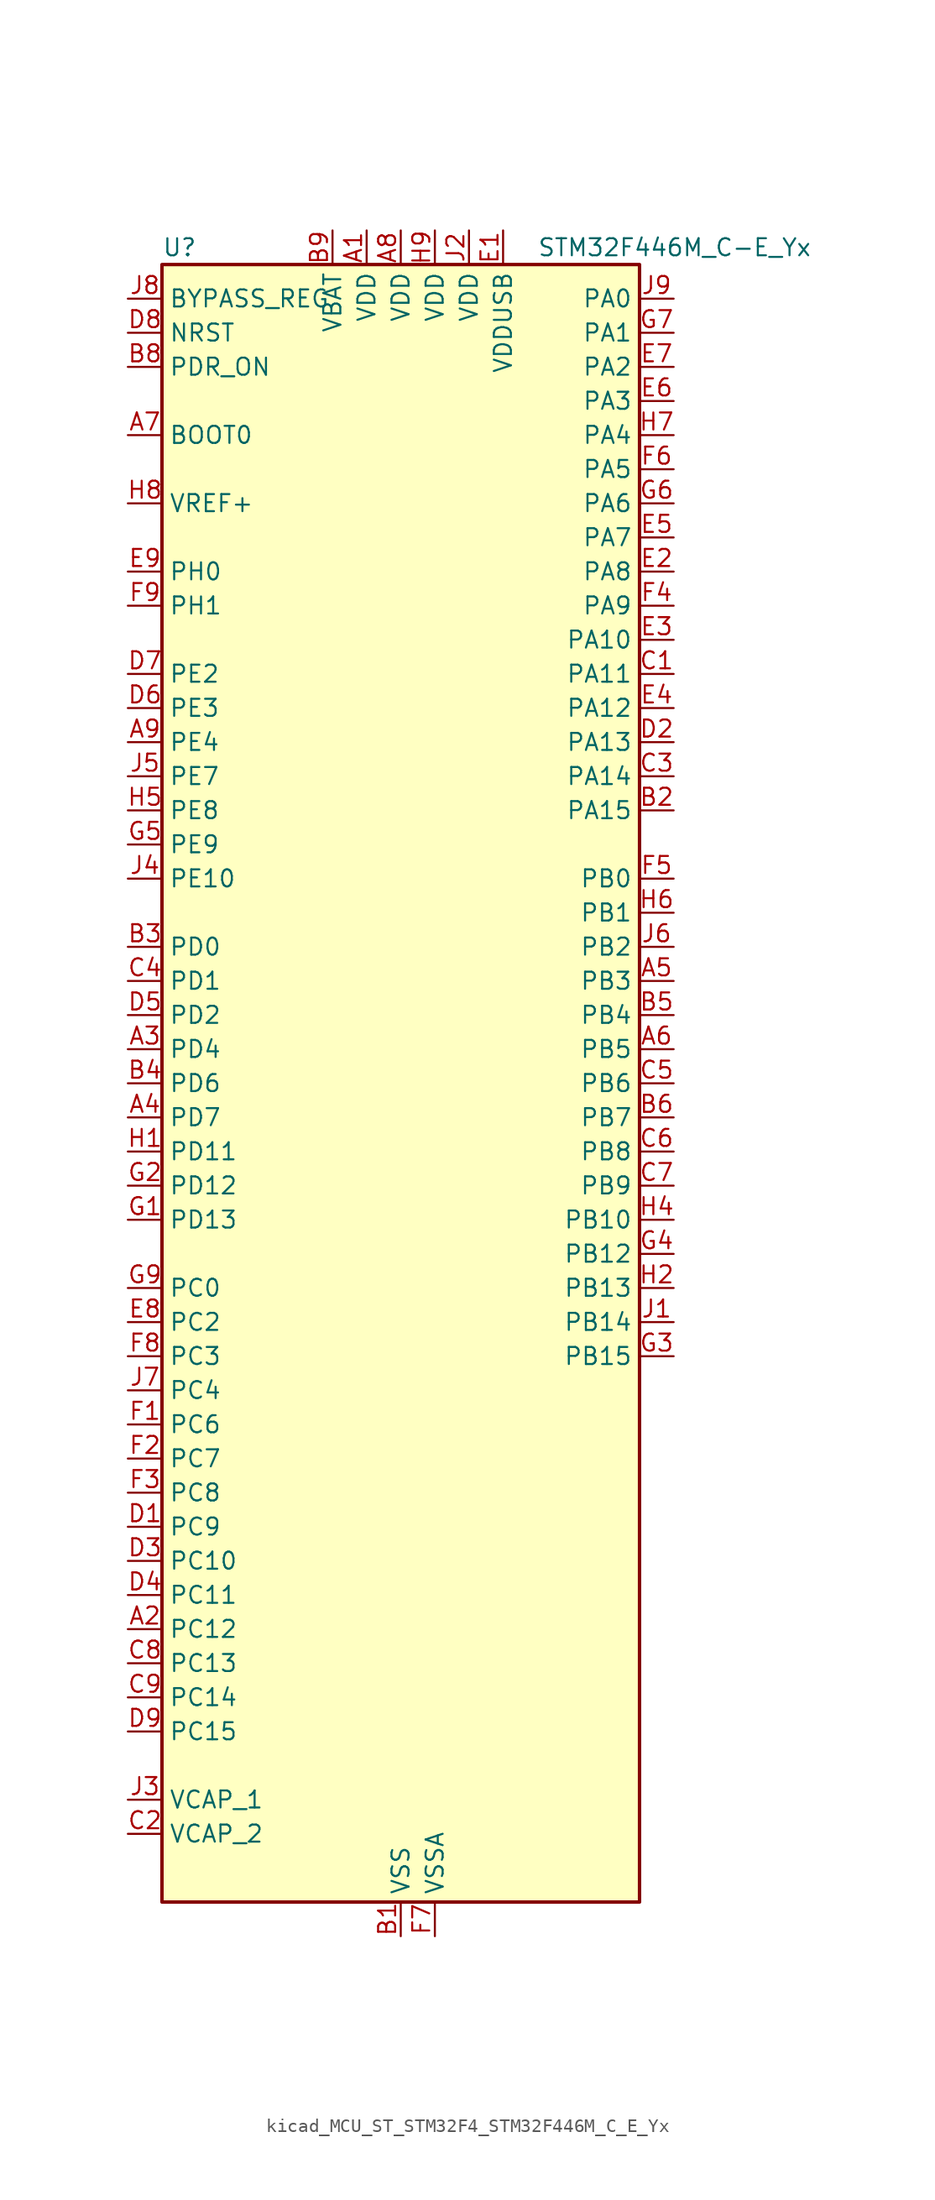
<source format=kicad_sym>
(kicad_symbol_lib
  (version 20220914)
  (generator kicad_symbol_editor)
  (symbol "kicad_MCU_ST_STM32F4_STM32F446M_C_E_Yx"
    (property "Reference" "U"
      (at -17.78 62.23 0)
      (effects (font (size 1.27 1.27)) (justify left)))
    (property "Value" "STM32F446M_C-E_Yx"
      (at 10.16 62.23 0)
      (effects (font (size 1.27 1.27)) (justify left)))
    (property "ki_locked" ""
      (at 0 0 0)
      (effects (font (size 1.27 1.27))))
    (symbol "kicad_MCU_ST_STM32F4_STM32F446M_C_E_Yx_0_1"
      (rectangle (start -17.78 -60.96) (end 17.78 60.96) (stroke (width 0.254) (type default)) (fill (type background))))
    (symbol "kicad_MCU_ST_STM32F4_STM32F446M_C_E_Yx_1_1"
      (pin power_in line (at -2.54 63.5 270) (length 2.54) (name "VDD" (effects (font (size 1.27 1.27)))) (number "A1" (effects (font (size 1.27 1.27)))))
      (pin bidirectional line (at -20.32 -40.64 0) (length 2.54) (name "PC12" (effects (font (size 1.27 1.27)))) (number "A2" (effects (font (size 1.27 1.27)))) (alternate "DCMI_D9" bidirectional line) (alternate "I2C2_SDA" bidirectional line) (alternate "I2S3_SD" bidirectional line) (alternate "SDIO_CK" bidirectional line) (alternate "SPI3_MOSI" bidirectional line) (alternate "UART5_TX" bidirectional line) (alternate "USART3_CK" bidirectional line))
      (pin bidirectional line (at -20.32 2.54 0) (length 2.54) (name "PD4" (effects (font (size 1.27 1.27)))) (number "A3" (effects (font (size 1.27 1.27)))) (alternate "USART2_RTS" bidirectional line))
      (pin bidirectional line (at -20.32 -2.54 0) (length 2.54) (name "PD7" (effects (font (size 1.27 1.27)))) (number "A4" (effects (font (size 1.27 1.27)))) (alternate "SPDIFRX_IN0" bidirectional line) (alternate "USART2_CK" bidirectional line))
      (pin bidirectional line (at 20.32 7.62 180) (length 2.54) (name "PB3" (effects (font (size 1.27 1.27)))) (number "A5" (effects (font (size 1.27 1.27)))) (alternate "I2C2_SDA" bidirectional line) (alternate "I2S1_CK" bidirectional line) (alternate "I2S3_CK" bidirectional line) (alternate "SPI1_SCK" bidirectional line) (alternate "SPI3_SCK" bidirectional line) (alternate "SYS_JTDO-SWO" bidirectional line) (alternate "TIM2_CH2" bidirectional line))
      (pin bidirectional line (at 20.32 2.54 180) (length 2.54) (name "PB5" (effects (font (size 1.27 1.27)))) (number "A6" (effects (font (size 1.27 1.27)))) (alternate "CAN2_RX" bidirectional line) (alternate "DCMI_D10" bidirectional line) (alternate "I2C1_SMBA" bidirectional line) (alternate "I2S1_SD" bidirectional line) (alternate "I2S3_SD" bidirectional line) (alternate "SPI1_MOSI" bidirectional line) (alternate "SPI3_MOSI" bidirectional line) (alternate "TIM3_CH2" bidirectional line) (alternate "USB_OTG_HS_ULPI_D7" bidirectional line))
      (pin input line (at -20.32 48.26 0) (length 2.54) (name "BOOT0" (effects (font (size 1.27 1.27)))) (number "A7" (effects (font (size 1.27 1.27)))))
      (pin power_in line (at 0 63.5 270) (length 2.54) (name "VDD" (effects (font (size 1.27 1.27)))) (number "A8" (effects (font (size 1.27 1.27)))))
      (pin bidirectional line (at -20.32 25.4 0) (length 2.54) (name "PE4" (effects (font (size 1.27 1.27)))) (number "A9" (effects (font (size 1.27 1.27)))) (alternate "DCMI_D4" bidirectional line) (alternate "SAI1_FS_A" bidirectional line) (alternate "SPI4_NSS" bidirectional line) (alternate "SYS_TRACED1" bidirectional line))
      (pin power_in line (at 0 -63.5 90) (length 2.54) (name "VSS" (effects (font (size 1.27 1.27)))) (number "B1" (effects (font (size 1.27 1.27)))))
      (pin bidirectional line (at 20.32 20.32 180) (length 2.54) (name "PA15" (effects (font (size 1.27 1.27)))) (number "B2" (effects (font (size 1.27 1.27)))) (alternate "ADC1_EXTI15" bidirectional line) (alternate "ADC2_EXTI15" bidirectional line) (alternate "ADC3_EXTI15" bidirectional line) (alternate "CEC" bidirectional line) (alternate "I2S1_WS" bidirectional line) (alternate "I2S3_WS" bidirectional line) (alternate "SPI1_NSS" bidirectional line) (alternate "SPI3_NSS" bidirectional line) (alternate "SYS_JTDI" bidirectional line) (alternate "TIM2_CH1" bidirectional line) (alternate "TIM2_ETR" bidirectional line) (alternate "UART4_RTS" bidirectional line))
      (pin bidirectional line (at -20.32 10.16 0) (length 2.54) (name "PD0" (effects (font (size 1.27 1.27)))) (number "B3" (effects (font (size 1.27 1.27)))) (alternate "CAN1_RX" bidirectional line) (alternate "I2S3_SD" bidirectional line) (alternate "SPI3_MOSI" bidirectional line) (alternate "SPI4_MISO" bidirectional line))
      (pin bidirectional line (at -20.32 0 0) (length 2.54) (name "PD6" (effects (font (size 1.27 1.27)))) (number "B4" (effects (font (size 1.27 1.27)))) (alternate "DCMI_D10" bidirectional line) (alternate "I2S3_SD" bidirectional line) (alternate "SAI1_SD_A" bidirectional line) (alternate "SPI3_MOSI" bidirectional line) (alternate "USART2_RX" bidirectional line))
      (pin bidirectional line (at 20.32 5.08 180) (length 2.54) (name "PB4" (effects (font (size 1.27 1.27)))) (number "B5" (effects (font (size 1.27 1.27)))) (alternate "I2C3_SDA" bidirectional line) (alternate "I2S2_WS" bidirectional line) (alternate "SPI1_MISO" bidirectional line) (alternate "SPI2_NSS" bidirectional line) (alternate "SPI3_MISO" bidirectional line) (alternate "SYS_JTRST" bidirectional line) (alternate "TIM3_CH1" bidirectional line))
      (pin bidirectional line (at 20.32 -2.54 180) (length 2.54) (name "PB7" (effects (font (size 1.27 1.27)))) (number "B6" (effects (font (size 1.27 1.27)))) (alternate "DCMI_VSYNC" bidirectional line) (alternate "I2C1_SDA" bidirectional line) (alternate "SPDIFRX_IN0" bidirectional line) (alternate "TIM4_CH2" bidirectional line) (alternate "USART1_RX" bidirectional line))
      (pin passive line (at 0 -63.5 90) (length 2.54) hide (name "VSS" (effects (font (size 1.27 1.27)))) (number "B7" (effects (font (size 1.27 1.27)))))
      (pin input line (at -20.32 53.34 0) (length 2.54) (name "PDR_ON" (effects (font (size 1.27 1.27)))) (number "B8" (effects (font (size 1.27 1.27)))))
      (pin power_in line (at -5.08 63.5 270) (length 2.54) (name "VBAT" (effects (font (size 1.27 1.27)))) (number "B9" (effects (font (size 1.27 1.27)))))
      (pin bidirectional line (at 20.32 30.48 180) (length 2.54) (name "PA11" (effects (font (size 1.27 1.27)))) (number "C1" (effects (font (size 1.27 1.27)))) (alternate "ADC1_EXTI11" bidirectional line) (alternate "ADC2_EXTI11" bidirectional line) (alternate "ADC3_EXTI11" bidirectional line) (alternate "CAN1_RX" bidirectional line) (alternate "TIM1_CH4" bidirectional line) (alternate "USART1_CTS" bidirectional line) (alternate "USB_OTG_FS_DM" bidirectional line))
      (pin power_out line (at -20.32 -55.88 0) (length 2.54) (name "VCAP_2" (effects (font (size 1.27 1.27)))) (number "C2" (effects (font (size 1.27 1.27)))))
      (pin bidirectional line (at 20.32 22.86 180) (length 2.54) (name "PA14" (effects (font (size 1.27 1.27)))) (number "C3" (effects (font (size 1.27 1.27)))) (alternate "SYS_JTCK-SWCLK" bidirectional line))
      (pin bidirectional line (at -20.32 7.62 0) (length 2.54) (name "PD1" (effects (font (size 1.27 1.27)))) (number "C4" (effects (font (size 1.27 1.27)))) (alternate "CAN1_TX" bidirectional line) (alternate "I2S2_WS" bidirectional line) (alternate "SPI2_NSS" bidirectional line))
      (pin bidirectional line (at 20.32 0 180) (length 2.54) (name "PB6" (effects (font (size 1.27 1.27)))) (number "C5" (effects (font (size 1.27 1.27)))) (alternate "CAN2_TX" bidirectional line) (alternate "CEC" bidirectional line) (alternate "DCMI_D5" bidirectional line) (alternate "I2C1_SCL" bidirectional line) (alternate "QUADSPI_BK1_NCS" bidirectional line) (alternate "TIM4_CH1" bidirectional line) (alternate "USART1_TX" bidirectional line))
      (pin bidirectional line (at 20.32 -5.08 180) (length 2.54) (name "PB8" (effects (font (size 1.27 1.27)))) (number "C6" (effects (font (size 1.27 1.27)))) (alternate "CAN1_RX" bidirectional line) (alternate "DCMI_D6" bidirectional line) (alternate "I2C1_SCL" bidirectional line) (alternate "SDIO_D4" bidirectional line) (alternate "TIM10_CH1" bidirectional line) (alternate "TIM2_CH1" bidirectional line) (alternate "TIM2_ETR" bidirectional line) (alternate "TIM4_CH3" bidirectional line))
      (pin bidirectional line (at 20.32 -7.62 180) (length 2.54) (name "PB9" (effects (font (size 1.27 1.27)))) (number "C7" (effects (font (size 1.27 1.27)))) (alternate "CAN1_TX" bidirectional line) (alternate "DAC_EXTI9" bidirectional line) (alternate "DCMI_D7" bidirectional line) (alternate "I2C1_SDA" bidirectional line) (alternate "I2S2_WS" bidirectional line) (alternate "SAI1_FS_B" bidirectional line) (alternate "SDIO_D5" bidirectional line) (alternate "SPI2_NSS" bidirectional line) (alternate "TIM11_CH1" bidirectional line) (alternate "TIM2_CH2" bidirectional line) (alternate "TIM4_CH4" bidirectional line))
      (pin bidirectional line (at -20.32 -43.18 0) (length 2.54) (name "PC13" (effects (font (size 1.27 1.27)))) (number "C8" (effects (font (size 1.27 1.27)))) (alternate "RTC_AF1" bidirectional line) (alternate "SYS_WKUP1" bidirectional line))
      (pin bidirectional line (at -20.32 -45.72 0) (length 2.54) (name "PC14" (effects (font (size 1.27 1.27)))) (number "C9" (effects (font (size 1.27 1.27)))) (alternate "RCC_OSC32_IN" bidirectional line))
      (pin bidirectional line (at -20.32 -33.02 0) (length 2.54) (name "PC9" (effects (font (size 1.27 1.27)))) (number "D1" (effects (font (size 1.27 1.27)))) (alternate "DAC_EXTI9" bidirectional line) (alternate "DCMI_D3" bidirectional line) (alternate "I2C3_SDA" bidirectional line) (alternate "I2S_CKIN" bidirectional line) (alternate "QUADSPI_BK1_IO0" bidirectional line) (alternate "RCC_MCO_2" bidirectional line) (alternate "SDIO_D1" bidirectional line) (alternate "TIM3_CH4" bidirectional line) (alternate "TIM8_CH4" bidirectional line) (alternate "UART5_CTS" bidirectional line))
      (pin bidirectional line (at 20.32 25.4 180) (length 2.54) (name "PA13" (effects (font (size 1.27 1.27)))) (number "D2" (effects (font (size 1.27 1.27)))) (alternate "SYS_JTMS-SWDIO" bidirectional line))
      (pin bidirectional line (at -20.32 -35.56 0) (length 2.54) (name "PC10" (effects (font (size 1.27 1.27)))) (number "D3" (effects (font (size 1.27 1.27)))) (alternate "DCMI_D8" bidirectional line) (alternate "I2S3_CK" bidirectional line) (alternate "QUADSPI_BK1_IO1" bidirectional line) (alternate "SDIO_D2" bidirectional line) (alternate "SPI3_SCK" bidirectional line) (alternate "UART4_TX" bidirectional line) (alternate "USART3_TX" bidirectional line))
      (pin bidirectional line (at -20.32 -38.1 0) (length 2.54) (name "PC11" (effects (font (size 1.27 1.27)))) (number "D4" (effects (font (size 1.27 1.27)))) (alternate "ADC1_EXTI11" bidirectional line) (alternate "ADC2_EXTI11" bidirectional line) (alternate "ADC3_EXTI11" bidirectional line) (alternate "DCMI_D4" bidirectional line) (alternate "QUADSPI_BK2_NCS" bidirectional line) (alternate "SDIO_D3" bidirectional line) (alternate "SPI3_MISO" bidirectional line) (alternate "UART4_RX" bidirectional line) (alternate "USART3_RX" bidirectional line))
      (pin bidirectional line (at -20.32 5.08 0) (length 2.54) (name "PD2" (effects (font (size 1.27 1.27)))) (number "D5" (effects (font (size 1.27 1.27)))) (alternate "DCMI_D11" bidirectional line) (alternate "SDIO_CMD" bidirectional line) (alternate "TIM3_ETR" bidirectional line) (alternate "UART5_RX" bidirectional line))
      (pin bidirectional line (at -20.32 27.94 0) (length 2.54) (name "PE3" (effects (font (size 1.27 1.27)))) (number "D6" (effects (font (size 1.27 1.27)))) (alternate "SAI1_SD_B" bidirectional line) (alternate "SYS_TRACED0" bidirectional line))
      (pin bidirectional line (at -20.32 30.48 0) (length 2.54) (name "PE2" (effects (font (size 1.27 1.27)))) (number "D7" (effects (font (size 1.27 1.27)))) (alternate "QUADSPI_BK1_IO2" bidirectional line) (alternate "SAI1_MCLK_A" bidirectional line) (alternate "SPI4_SCK" bidirectional line) (alternate "SYS_TRACECLK" bidirectional line))
      (pin input line (at -20.32 55.88 0) (length 2.54) (name "NRST" (effects (font (size 1.27 1.27)))) (number "D8" (effects (font (size 1.27 1.27)))))
      (pin bidirectional line (at -20.32 -48.26 0) (length 2.54) (name "PC15" (effects (font (size 1.27 1.27)))) (number "D9" (effects (font (size 1.27 1.27)))) (alternate "ADC1_EXTI15" bidirectional line) (alternate "ADC2_EXTI15" bidirectional line) (alternate "ADC3_EXTI15" bidirectional line) (alternate "RCC_OSC32_OUT" bidirectional line))
      (pin power_in line (at 7.62 63.5 270) (length 2.54) (name "VDDUSB" (effects (font (size 1.27 1.27)))) (number "E1" (effects (font (size 1.27 1.27)))))
      (pin bidirectional line (at 20.32 38.1 180) (length 2.54) (name "PA8" (effects (font (size 1.27 1.27)))) (number "E2" (effects (font (size 1.27 1.27)))) (alternate "I2C3_SCL" bidirectional line) (alternate "RCC_MCO_1" bidirectional line) (alternate "TIM1_CH1" bidirectional line) (alternate "USART1_CK" bidirectional line) (alternate "USB_OTG_FS_SOF" bidirectional line))
      (pin bidirectional line (at 20.32 33.02 180) (length 2.54) (name "PA10" (effects (font (size 1.27 1.27)))) (number "E3" (effects (font (size 1.27 1.27)))) (alternate "DCMI_D1" bidirectional line) (alternate "TIM1_CH3" bidirectional line) (alternate "USART1_RX" bidirectional line) (alternate "USB_OTG_FS_ID" bidirectional line))
      (pin bidirectional line (at 20.32 27.94 180) (length 2.54) (name "PA12" (effects (font (size 1.27 1.27)))) (number "E4" (effects (font (size 1.27 1.27)))) (alternate "CAN1_TX" bidirectional line) (alternate "SAI2_FS_B" bidirectional line) (alternate "TIM1_ETR" bidirectional line) (alternate "USART1_RTS" bidirectional line) (alternate "USB_OTG_FS_DP" bidirectional line))
      (pin bidirectional line (at 20.32 40.64 180) (length 2.54) (name "PA7" (effects (font (size 1.27 1.27)))) (number "E5" (effects (font (size 1.27 1.27)))) (alternate "ADC1_IN7" bidirectional line) (alternate "ADC2_IN7" bidirectional line) (alternate "I2S1_SD" bidirectional line) (alternate "SPI1_MOSI" bidirectional line) (alternate "TIM14_CH1" bidirectional line) (alternate "TIM1_CH1N" bidirectional line) (alternate "TIM3_CH2" bidirectional line) (alternate "TIM8_CH1N" bidirectional line))
      (pin bidirectional line (at 20.32 50.8 180) (length 2.54) (name "PA3" (effects (font (size 1.27 1.27)))) (number "E6" (effects (font (size 1.27 1.27)))) (alternate "ADC1_IN3" bidirectional line) (alternate "ADC2_IN3" bidirectional line) (alternate "ADC3_IN3" bidirectional line) (alternate "SAI1_FS_A" bidirectional line) (alternate "TIM2_CH4" bidirectional line) (alternate "TIM5_CH4" bidirectional line) (alternate "TIM9_CH2" bidirectional line) (alternate "USART2_RX" bidirectional line) (alternate "USB_OTG_HS_ULPI_D0" bidirectional line))
      (pin bidirectional line (at 20.32 53.34 180) (length 2.54) (name "PA2" (effects (font (size 1.27 1.27)))) (number "E7" (effects (font (size 1.27 1.27)))) (alternate "ADC1_IN2" bidirectional line) (alternate "ADC2_IN2" bidirectional line) (alternate "ADC3_IN2" bidirectional line) (alternate "SAI2_SCK_B" bidirectional line) (alternate "TIM2_CH3" bidirectional line) (alternate "TIM5_CH3" bidirectional line) (alternate "TIM9_CH1" bidirectional line) (alternate "USART2_TX" bidirectional line))
      (pin bidirectional line (at -20.32 -17.78 0) (length 2.54) (name "PC2" (effects (font (size 1.27 1.27)))) (number "E8" (effects (font (size 1.27 1.27)))) (alternate "ADC1_IN12" bidirectional line) (alternate "ADC2_IN12" bidirectional line) (alternate "ADC3_IN12" bidirectional line) (alternate "SPI2_MISO" bidirectional line) (alternate "USB_OTG_HS_ULPI_DIR" bidirectional line))
      (pin bidirectional line (at -20.32 38.1 0) (length 2.54) (name "PH0" (effects (font (size 1.27 1.27)))) (number "E9" (effects (font (size 1.27 1.27)))) (alternate "RCC_OSC_IN" bidirectional line))
      (pin bidirectional line (at -20.32 -25.4 0) (length 2.54) (name "PC6" (effects (font (size 1.27 1.27)))) (number "F1" (effects (font (size 1.27 1.27)))) (alternate "DCMI_D0" bidirectional line) (alternate "FMPI2C1_SCL" bidirectional line) (alternate "I2S2_MCK" bidirectional line) (alternate "SDIO_D6" bidirectional line) (alternate "TIM3_CH1" bidirectional line) (alternate "TIM8_CH1" bidirectional line) (alternate "USART6_TX" bidirectional line))
      (pin bidirectional line (at -20.32 -27.94 0) (length 2.54) (name "PC7" (effects (font (size 1.27 1.27)))) (number "F2" (effects (font (size 1.27 1.27)))) (alternate "DCMI_D1" bidirectional line) (alternate "FMPI2C1_SDA" bidirectional line) (alternate "I2S2_CK" bidirectional line) (alternate "I2S3_MCK" bidirectional line) (alternate "SDIO_D7" bidirectional line) (alternate "SPDIFRX_IN1" bidirectional line) (alternate "SPI2_SCK" bidirectional line) (alternate "TIM3_CH2" bidirectional line) (alternate "TIM8_CH2" bidirectional line) (alternate "USART6_RX" bidirectional line))
      (pin bidirectional line (at -20.32 -30.48 0) (length 2.54) (name "PC8" (effects (font (size 1.27 1.27)))) (number "F3" (effects (font (size 1.27 1.27)))) (alternate "DCMI_D2" bidirectional line) (alternate "SDIO_D0" bidirectional line) (alternate "SYS_TRACED0" bidirectional line) (alternate "TIM3_CH3" bidirectional line) (alternate "TIM8_CH3" bidirectional line) (alternate "UART5_RTS" bidirectional line) (alternate "USART6_CK" bidirectional line))
      (pin bidirectional line (at 20.32 35.56 180) (length 2.54) (name "PA9" (effects (font (size 1.27 1.27)))) (number "F4" (effects (font (size 1.27 1.27)))) (alternate "DAC_EXTI9" bidirectional line) (alternate "DCMI_D0" bidirectional line) (alternate "I2C3_SMBA" bidirectional line) (alternate "I2S2_CK" bidirectional line) (alternate "SAI1_SD_B" bidirectional line) (alternate "SPI2_SCK" bidirectional line) (alternate "TIM1_CH2" bidirectional line) (alternate "USART1_TX" bidirectional line) (alternate "USB_OTG_FS_VBUS" bidirectional line))
      (pin bidirectional line (at 20.32 15.24 180) (length 2.54) (name "PB0" (effects (font (size 1.27 1.27)))) (number "F5" (effects (font (size 1.27 1.27)))) (alternate "ADC1_IN8" bidirectional line) (alternate "ADC2_IN8" bidirectional line) (alternate "I2S3_SD" bidirectional line) (alternate "SDIO_D1" bidirectional line) (alternate "SPI3_MOSI" bidirectional line) (alternate "TIM1_CH2N" bidirectional line) (alternate "TIM3_CH3" bidirectional line) (alternate "TIM8_CH2N" bidirectional line) (alternate "UART4_CTS" bidirectional line) (alternate "USB_OTG_HS_ULPI_D1" bidirectional line))
      (pin bidirectional line (at 20.32 45.72 180) (length 2.54) (name "PA5" (effects (font (size 1.27 1.27)))) (number "F6" (effects (font (size 1.27 1.27)))) (alternate "ADC1_IN5" bidirectional line) (alternate "ADC2_IN5" bidirectional line) (alternate "DAC_OUT2" bidirectional line) (alternate "I2S1_CK" bidirectional line) (alternate "SPI1_SCK" bidirectional line) (alternate "TIM2_CH1" bidirectional line) (alternate "TIM2_ETR" bidirectional line) (alternate "TIM8_CH1N" bidirectional line) (alternate "USB_OTG_HS_ULPI_CK" bidirectional line))
      (pin power_in line (at 2.54 -63.5 90) (length 2.54) (name "VSSA" (effects (font (size 1.27 1.27)))) (number "F7" (effects (font (size 1.27 1.27)))))
      (pin bidirectional line (at -20.32 -20.32 0) (length 2.54) (name "PC3" (effects (font (size 1.27 1.27)))) (number "F8" (effects (font (size 1.27 1.27)))) (alternate "ADC1_IN13" bidirectional line) (alternate "ADC2_IN13" bidirectional line) (alternate "ADC3_IN13" bidirectional line) (alternate "I2S2_SD" bidirectional line) (alternate "SPI2_MOSI" bidirectional line) (alternate "USB_OTG_HS_ULPI_NXT" bidirectional line))
      (pin bidirectional line (at -20.32 35.56 0) (length 2.54) (name "PH1" (effects (font (size 1.27 1.27)))) (number "F9" (effects (font (size 1.27 1.27)))) (alternate "RCC_OSC_OUT" bidirectional line))
      (pin bidirectional line (at -20.32 -10.16 0) (length 2.54) (name "PD13" (effects (font (size 1.27 1.27)))) (number "G1" (effects (font (size 1.27 1.27)))) (alternate "FMPI2C1_SDA" bidirectional line) (alternate "QUADSPI_BK1_IO3" bidirectional line) (alternate "SAI2_SCK_A" bidirectional line) (alternate "TIM4_CH2" bidirectional line))
      (pin bidirectional line (at -20.32 -7.62 0) (length 2.54) (name "PD12" (effects (font (size 1.27 1.27)))) (number "G2" (effects (font (size 1.27 1.27)))) (alternate "FMPI2C1_SCL" bidirectional line) (alternate "QUADSPI_BK1_IO1" bidirectional line) (alternate "SAI2_FS_A" bidirectional line) (alternate "TIM4_CH1" bidirectional line) (alternate "USART3_RTS" bidirectional line))
      (pin bidirectional line (at 20.32 -20.32 180) (length 2.54) (name "PB15" (effects (font (size 1.27 1.27)))) (number "G3" (effects (font (size 1.27 1.27)))) (alternate "ADC1_EXTI15" bidirectional line) (alternate "ADC2_EXTI15" bidirectional line) (alternate "ADC3_EXTI15" bidirectional line) (alternate "I2S2_SD" bidirectional line) (alternate "RTC_REFIN" bidirectional line) (alternate "SPI2_MOSI" bidirectional line) (alternate "TIM12_CH2" bidirectional line) (alternate "TIM1_CH3N" bidirectional line) (alternate "TIM8_CH3N" bidirectional line) (alternate "USB_OTG_HS_DP" bidirectional line))
      (pin bidirectional line (at 20.32 -12.7 180) (length 2.54) (name "PB12" (effects (font (size 1.27 1.27)))) (number "G4" (effects (font (size 1.27 1.27)))) (alternate "CAN2_RX" bidirectional line) (alternate "I2C2_SMBA" bidirectional line) (alternate "I2S2_WS" bidirectional line) (alternate "SAI1_SCK_B" bidirectional line) (alternate "SPI2_NSS" bidirectional line) (alternate "TIM1_BKIN" bidirectional line) (alternate "USART3_CK" bidirectional line) (alternate "USB_OTG_HS_ID" bidirectional line) (alternate "USB_OTG_HS_ULPI_D5" bidirectional line))
      (pin bidirectional line (at -20.32 17.78 0) (length 2.54) (name "PE9" (effects (font (size 1.27 1.27)))) (number "G5" (effects (font (size 1.27 1.27)))) (alternate "DAC_EXTI9" bidirectional line) (alternate "QUADSPI_BK2_IO2" bidirectional line) (alternate "TIM1_CH1" bidirectional line))
      (pin bidirectional line (at 20.32 43.18 180) (length 2.54) (name "PA6" (effects (font (size 1.27 1.27)))) (number "G6" (effects (font (size 1.27 1.27)))) (alternate "ADC1_IN6" bidirectional line) (alternate "ADC2_IN6" bidirectional line) (alternate "DCMI_PIXCLK" bidirectional line) (alternate "I2S2_MCK" bidirectional line) (alternate "SPI1_MISO" bidirectional line) (alternate "TIM13_CH1" bidirectional line) (alternate "TIM1_BKIN" bidirectional line) (alternate "TIM3_CH1" bidirectional line) (alternate "TIM8_BKIN" bidirectional line))
      (pin bidirectional line (at 20.32 55.88 180) (length 2.54) (name "PA1" (effects (font (size 1.27 1.27)))) (number "G7" (effects (font (size 1.27 1.27)))) (alternate "ADC1_IN1" bidirectional line) (alternate "ADC2_IN1" bidirectional line) (alternate "ADC3_IN1" bidirectional line) (alternate "QUADSPI_BK1_IO3" bidirectional line) (alternate "SAI2_MCLK_B" bidirectional line) (alternate "TIM2_CH2" bidirectional line) (alternate "TIM5_CH2" bidirectional line) (alternate "UART4_RX" bidirectional line) (alternate "USART2_RTS" bidirectional line))
      (pin passive line (at 0 -63.5 90) (length 2.54) hide (name "VSS" (effects (font (size 1.27 1.27)))) (number "G8" (effects (font (size 1.27 1.27)))))
      (pin bidirectional line (at -20.32 -15.24 0) (length 2.54) (name "PC0" (effects (font (size 1.27 1.27)))) (number "G9" (effects (font (size 1.27 1.27)))) (alternate "ADC1_IN10" bidirectional line) (alternate "ADC2_IN10" bidirectional line) (alternate "ADC3_IN10" bidirectional line) (alternate "SAI1_MCLK_B" bidirectional line) (alternate "USB_OTG_HS_ULPI_STP" bidirectional line))
      (pin bidirectional line (at -20.32 -5.08 0) (length 2.54) (name "PD11" (effects (font (size 1.27 1.27)))) (number "H1" (effects (font (size 1.27 1.27)))) (alternate "ADC1_EXTI11" bidirectional line) (alternate "ADC2_EXTI11" bidirectional line) (alternate "ADC3_EXTI11" bidirectional line) (alternate "FMPI2C1_SMBA" bidirectional line) (alternate "QUADSPI_BK1_IO0" bidirectional line) (alternate "SAI2_SD_A" bidirectional line) (alternate "USART3_CTS" bidirectional line))
      (pin bidirectional line (at 20.32 -15.24 180) (length 2.54) (name "PB13" (effects (font (size 1.27 1.27)))) (number "H2" (effects (font (size 1.27 1.27)))) (alternate "CAN2_TX" bidirectional line) (alternate "I2S2_CK" bidirectional line) (alternate "SPI2_SCK" bidirectional line) (alternate "TIM1_CH1N" bidirectional line) (alternate "USART3_CTS" bidirectional line) (alternate "USB_OTG_HS_ULPI_D6" bidirectional line) (alternate "USB_OTG_HS_VBUS" bidirectional line))
      (pin passive line (at 0 -63.5 90) (length 2.54) hide (name "VSS" (effects (font (size 1.27 1.27)))) (number "H3" (effects (font (size 1.27 1.27)))))
      (pin bidirectional line (at 20.32 -10.16 180) (length 2.54) (name "PB10" (effects (font (size 1.27 1.27)))) (number "H4" (effects (font (size 1.27 1.27)))) (alternate "I2C2_SCL" bidirectional line) (alternate "I2S2_CK" bidirectional line) (alternate "SAI1_SCK_A" bidirectional line) (alternate "SPI2_SCK" bidirectional line) (alternate "TIM2_CH3" bidirectional line) (alternate "USART3_TX" bidirectional line) (alternate "USB_OTG_HS_ULPI_D3" bidirectional line))
      (pin bidirectional line (at -20.32 20.32 0) (length 2.54) (name "PE8" (effects (font (size 1.27 1.27)))) (number "H5" (effects (font (size 1.27 1.27)))) (alternate "QUADSPI_BK2_IO1" bidirectional line) (alternate "TIM1_CH1N" bidirectional line) (alternate "UART5_TX" bidirectional line))
      (pin bidirectional line (at 20.32 12.7 180) (length 2.54) (name "PB1" (effects (font (size 1.27 1.27)))) (number "H6" (effects (font (size 1.27 1.27)))) (alternate "ADC1_IN9" bidirectional line) (alternate "ADC2_IN9" bidirectional line) (alternate "SDIO_D2" bidirectional line) (alternate "TIM1_CH3N" bidirectional line) (alternate "TIM3_CH4" bidirectional line) (alternate "TIM8_CH3N" bidirectional line) (alternate "USB_OTG_HS_ULPI_D2" bidirectional line))
      (pin bidirectional line (at 20.32 48.26 180) (length 2.54) (name "PA4" (effects (font (size 1.27 1.27)))) (number "H7" (effects (font (size 1.27 1.27)))) (alternate "ADC1_IN4" bidirectional line) (alternate "ADC2_IN4" bidirectional line) (alternate "DAC_OUT1" bidirectional line) (alternate "DCMI_HSYNC" bidirectional line) (alternate "I2S1_WS" bidirectional line) (alternate "I2S3_WS" bidirectional line) (alternate "SPI1_NSS" bidirectional line) (alternate "SPI3_NSS" bidirectional line) (alternate "USART2_CK" bidirectional line) (alternate "USB_OTG_HS_SOF" bidirectional line))
      (pin input line (at -20.32 43.18 0) (length 2.54) (name "VREF+" (effects (font (size 1.27 1.27)))) (number "H8" (effects (font (size 1.27 1.27)))))
      (pin power_in line (at 2.54 63.5 270) (length 2.54) (name "VDD" (effects (font (size 1.27 1.27)))) (number "H9" (effects (font (size 1.27 1.27)))))
      (pin bidirectional line (at 20.32 -17.78 180) (length 2.54) (name "PB14" (effects (font (size 1.27 1.27)))) (number "J1" (effects (font (size 1.27 1.27)))) (alternate "SPI2_MISO" bidirectional line) (alternate "TIM12_CH1" bidirectional line) (alternate "TIM1_CH2N" bidirectional line) (alternate "TIM8_CH2N" bidirectional line) (alternate "USART3_RTS" bidirectional line) (alternate "USB_OTG_HS_DM" bidirectional line))
      (pin power_in line (at 5.08 63.5 270) (length 2.54) (name "VDD" (effects (font (size 1.27 1.27)))) (number "J2" (effects (font (size 1.27 1.27)))))
      (pin power_out line (at -20.32 -53.34 0) (length 2.54) (name "VCAP_1" (effects (font (size 1.27 1.27)))) (number "J3" (effects (font (size 1.27 1.27)))))
      (pin bidirectional line (at -20.32 15.24 0) (length 2.54) (name "PE10" (effects (font (size 1.27 1.27)))) (number "J4" (effects (font (size 1.27 1.27)))) (alternate "QUADSPI_BK2_IO3" bidirectional line) (alternate "TIM1_CH2N" bidirectional line))
      (pin bidirectional line (at -20.32 22.86 0) (length 2.54) (name "PE7" (effects (font (size 1.27 1.27)))) (number "J5" (effects (font (size 1.27 1.27)))) (alternate "QUADSPI_BK2_IO0" bidirectional line) (alternate "TIM1_ETR" bidirectional line) (alternate "UART5_RX" bidirectional line))
      (pin bidirectional line (at 20.32 10.16 180) (length 2.54) (name "PB2" (effects (font (size 1.27 1.27)))) (number "J6" (effects (font (size 1.27 1.27)))) (alternate "I2S3_SD" bidirectional line) (alternate "QUADSPI_CLK" bidirectional line) (alternate "SAI1_SD_A" bidirectional line) (alternate "SDIO_CK" bidirectional line) (alternate "SPI3_MOSI" bidirectional line) (alternate "TIM2_CH4" bidirectional line) (alternate "USB_OTG_HS_ULPI_D4" bidirectional line))
      (pin bidirectional line (at -20.32 -22.86 0) (length 2.54) (name "PC4" (effects (font (size 1.27 1.27)))) (number "J7" (effects (font (size 1.27 1.27)))) (alternate "ADC1_IN14" bidirectional line) (alternate "ADC2_IN14" bidirectional line) (alternate "I2S1_MCK" bidirectional line) (alternate "SPDIFRX_IN2" bidirectional line))
      (pin input line (at -20.32 58.42 0) (length 2.54) (name "BYPASS_REG" (effects (font (size 1.27 1.27)))) (number "J8" (effects (font (size 1.27 1.27)))))
      (pin bidirectional line (at 20.32 58.42 180) (length 2.54) (name "PA0" (effects (font (size 1.27 1.27)))) (number "J9" (effects (font (size 1.27 1.27)))) (alternate "ADC1_IN0" bidirectional line) (alternate "ADC2_IN0" bidirectional line) (alternate "ADC3_IN0" bidirectional line) (alternate "RTC_AF2" bidirectional line) (alternate "SYS_WKUP0" bidirectional line) (alternate "TIM2_CH1" bidirectional line) (alternate "TIM2_ETR" bidirectional line) (alternate "TIM5_CH1" bidirectional line) (alternate "TIM8_ETR" bidirectional line) (alternate "UART4_TX" bidirectional line) (alternate "USART2_CTS" bidirectional line)))))
</source>
